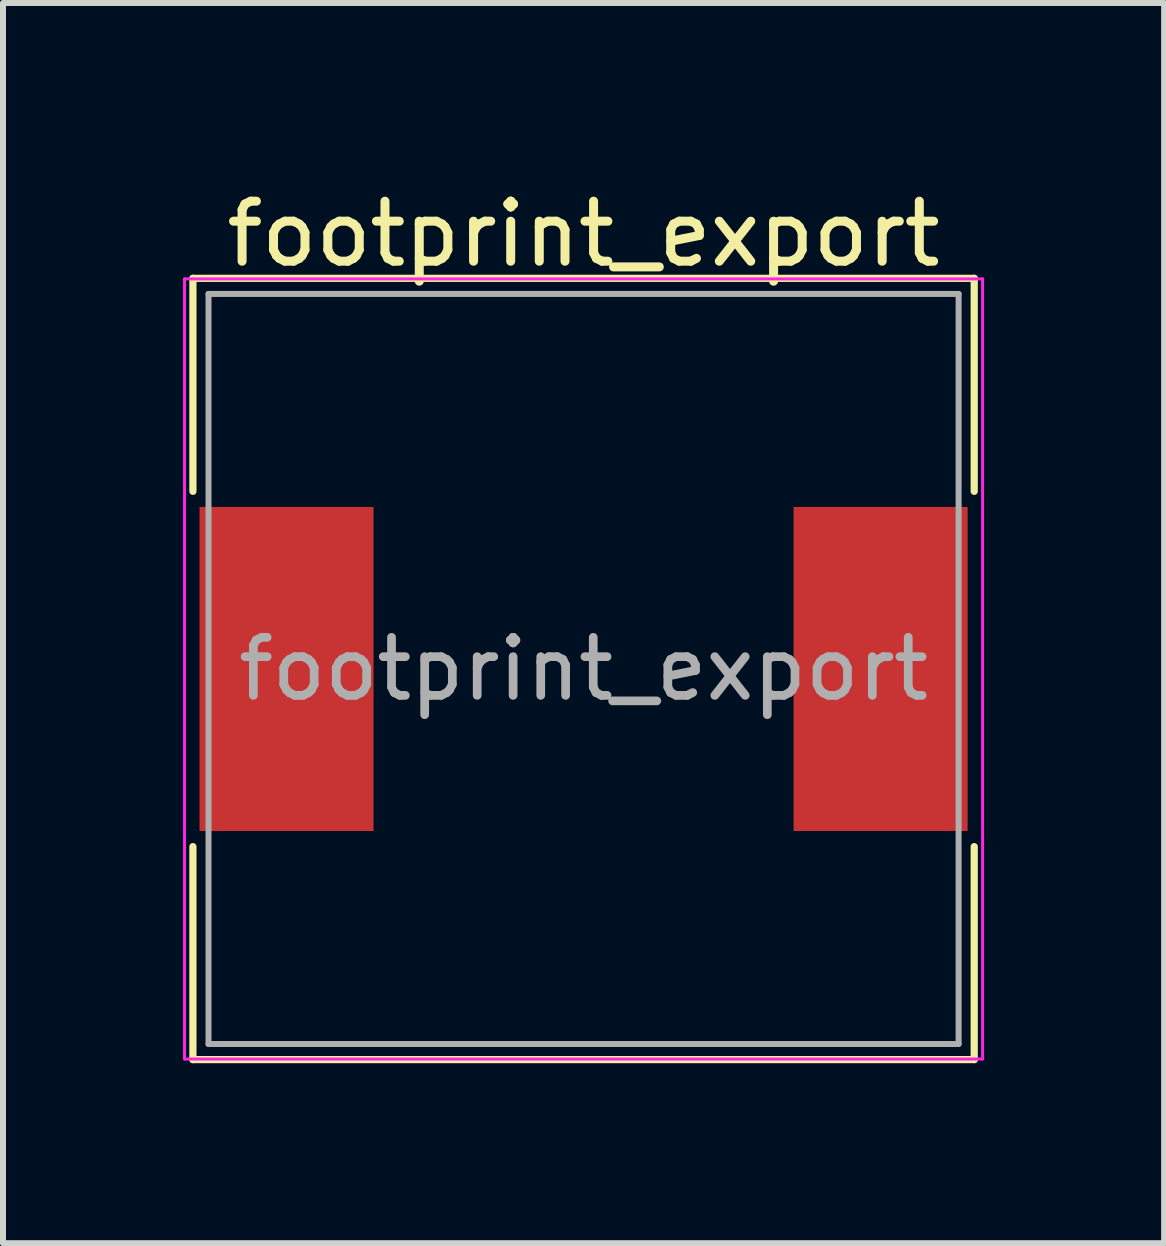
<source format=kicad_pcb>
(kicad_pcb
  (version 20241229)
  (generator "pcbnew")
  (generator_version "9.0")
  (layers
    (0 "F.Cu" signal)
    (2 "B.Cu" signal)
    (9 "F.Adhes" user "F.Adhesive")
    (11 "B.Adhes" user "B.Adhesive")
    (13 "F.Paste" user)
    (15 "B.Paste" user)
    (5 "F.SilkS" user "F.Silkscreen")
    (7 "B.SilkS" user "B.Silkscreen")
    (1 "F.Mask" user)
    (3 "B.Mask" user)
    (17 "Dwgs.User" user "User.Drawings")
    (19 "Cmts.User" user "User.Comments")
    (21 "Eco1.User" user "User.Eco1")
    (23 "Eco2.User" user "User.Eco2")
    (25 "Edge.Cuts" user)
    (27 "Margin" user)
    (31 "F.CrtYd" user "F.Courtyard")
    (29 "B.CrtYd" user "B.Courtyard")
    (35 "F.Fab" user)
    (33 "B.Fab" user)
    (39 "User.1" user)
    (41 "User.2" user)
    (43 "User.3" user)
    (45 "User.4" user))
  (footprint "footprint_export"
    (layer "F.Cu")
    (at 6.675 8.098)
    (property "Reference" "footprint_export" (at 0 -7.25 0) (layer "F.SilkS") (effects (font (size 1 1) (thickness 0.15))))
    (attr smd)
    (fp_line (start -6.51 -6.51) (end -6.51 -2.96) (stroke (width 0.12) (type solid)) (layer "F.SilkS"))
    (fp_line (start -6.51 -6.51) (end 6.51 -6.51) (stroke (width 0.12) (type solid)) (layer "F.SilkS"))
    (fp_line (start -6.51 6.51) (end -6.51 2.96) (stroke (width 0.12) (type solid)) (layer "F.SilkS"))
    (fp_line (start -6.51 6.51) (end 6.51 6.51) (stroke (width 0.12) (type solid)) (layer "F.SilkS"))
    (fp_line (start 6.51 -6.51) (end 6.51 -2.96) (stroke (width 0.12) (type solid)) (layer "F.SilkS"))
    (fp_line (start 6.51 6.51) (end 6.51 2.96) (stroke (width 0.12) (type solid)) (layer "F.SilkS"))
    (fp_line (start -6.65 -6.5) (end -6.65 6.5) (stroke (width 0.05) (type solid)) (layer "F.CrtYd"))
    (fp_line (start -6.65 6.5) (end 6.65 6.5) (stroke (width 0.05) (type solid)) (layer "F.CrtYd"))
    (fp_line (start 6.65 -6.5) (end -6.65 -6.5) (stroke (width 0.05) (type solid)) (layer "F.CrtYd"))
    (fp_line (start 6.65 6.5) (end 6.65 -6.5) (stroke (width 0.05) (type solid)) (layer "F.CrtYd"))
    (fp_line (start -6.25 -6.25) (end -6.25 6.25) (stroke (width 0.1) (type solid)) (layer "F.Fab"))
    (fp_line (start -6.25 6.25) (end 6.25 6.25) (stroke (width 0.1) (type solid)) (layer "F.Fab"))
    (fp_line (start 6.25 -6.25) (end -6.25 -6.25) (stroke (width 0.1) (type solid)) (layer "F.Fab"))
    (fp_line (start 6.25 6.25) (end 6.25 -6.25) (stroke (width 0.1) (type solid)) (layer "F.Fab"))
    (fp_text user "${REFERENCE}" (at 0 0 0) (layer "F.Fab") (effects (font (size 0.967 0.967) (thickness 0.145))))
    (pad "1" smd rect (at -4.95 0) (size 2.9 5.4) (layers "F.Cu" "F.Mask" "F.Paste"))
    (pad "2" smd rect (at 4.95 0) (size 2.9 5.4) (layers "F.Cu" "F.Mask" "F.Paste")))
  (gr_rect
    (start -3 -3)
    (end 16.35 17.668)
    (stroke (width 0.1) (type default))
    (fill no)
    (layer "Edge.Cuts")))
</source>
